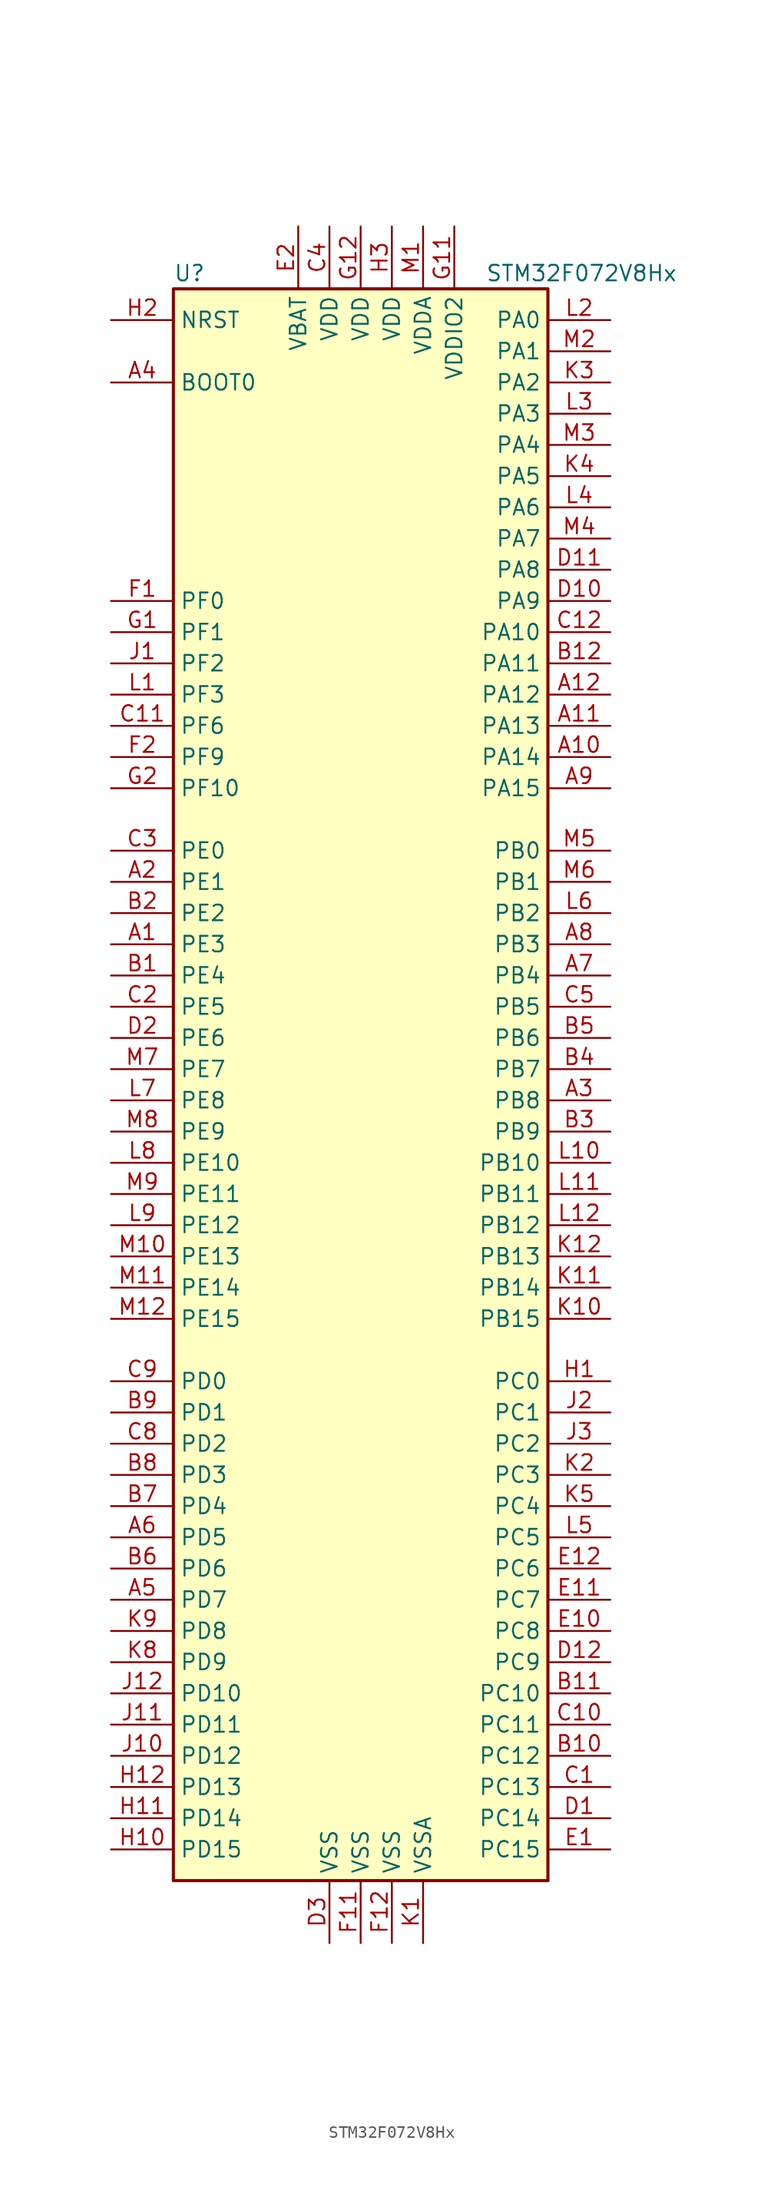
<source format=kicad_sym>
(kicad_symbol_lib
  (version 20201005)
  (generator kicad_symbol_editor)
  (symbol "STM32F072V8Hx"
    (property "Reference" "U"
      (at -15.24 64.77 0)
      (effects (font (size 1.27 1.27)) (justify left)))
    (property "Value" "STM32F072V8Hx"
      (at 10.16 64.77 0)
      (effects (font (size 1.27 1.27)) (justify left)))
    (symbol "STM32F072V8Hx_0_1"
      (rectangle (start -15.24 -66.04) (end 15.24 63.5) (stroke (width 0.254)) (fill (type background))))
    (symbol "STM32F072V8Hx_1_1"
      (pin bidirectional line (at -20.32 10.16 0) (length 5.08) (name "PE3" (effects (font (size 1.27 1.27)))) (number "A1" (effects (font (size 1.27 1.27)))))
      (pin bidirectional line (at 20.32 25.4 180) (length 5.08) (name "PA14" (effects (font (size 1.27 1.27)))) (number "A10" (effects (font (size 1.27 1.27)))))
      (pin bidirectional line (at 20.32 27.94 180) (length 5.08) (name "PA13" (effects (font (size 1.27 1.27)))) (number "A11" (effects (font (size 1.27 1.27)))))
      (pin bidirectional line (at 20.32 30.48 180) (length 5.08) (name "PA12" (effects (font (size 1.27 1.27)))) (number "A12" (effects (font (size 1.27 1.27)))))
      (pin bidirectional line (at -20.32 15.24 0) (length 5.08) (name "PE1" (effects (font (size 1.27 1.27)))) (number "A2" (effects (font (size 1.27 1.27)))))
      (pin bidirectional line (at 20.32 -2.54 180) (length 5.08) (name "PB8" (effects (font (size 1.27 1.27)))) (number "A3" (effects (font (size 1.27 1.27)))))
      (pin input line (at -20.32 55.88 0) (length 5.08) (name "BOOT0" (effects (font (size 1.27 1.27)))) (number "A4" (effects (font (size 1.27 1.27)))))
      (pin bidirectional line (at -20.32 -43.18 0) (length 5.08) (name "PD7" (effects (font (size 1.27 1.27)))) (number "A5" (effects (font (size 1.27 1.27)))))
      (pin bidirectional line (at -20.32 -38.1 0) (length 5.08) (name "PD5" (effects (font (size 1.27 1.27)))) (number "A6" (effects (font (size 1.27 1.27)))))
      (pin bidirectional line (at 20.32 7.62 180) (length 5.08) (name "PB4" (effects (font (size 1.27 1.27)))) (number "A7" (effects (font (size 1.27 1.27)))))
      (pin bidirectional line (at 20.32 10.16 180) (length 5.08) (name "PB3" (effects (font (size 1.27 1.27)))) (number "A8" (effects (font (size 1.27 1.27)))))
      (pin bidirectional line (at 20.32 22.86 180) (length 5.08) (name "PA15" (effects (font (size 1.27 1.27)))) (number "A9" (effects (font (size 1.27 1.27)))))
      (pin bidirectional line (at -20.32 7.62 0) (length 5.08) (name "PE4" (effects (font (size 1.27 1.27)))) (number "B1" (effects (font (size 1.27 1.27)))))
      (pin bidirectional line (at 20.32 -55.88 180) (length 5.08) (name "PC12" (effects (font (size 1.27 1.27)))) (number "B10" (effects (font (size 1.27 1.27)))))
      (pin bidirectional line (at 20.32 -50.8 180) (length 5.08) (name "PC10" (effects (font (size 1.27 1.27)))) (number "B11" (effects (font (size 1.27 1.27)))))
      (pin bidirectional line (at 20.32 33.02 180) (length 5.08) (name "PA11" (effects (font (size 1.27 1.27)))) (number "B12" (effects (font (size 1.27 1.27)))))
      (pin bidirectional line (at -20.32 12.7 0) (length 5.08) (name "PE2" (effects (font (size 1.27 1.27)))) (number "B2" (effects (font (size 1.27 1.27)))))
      (pin bidirectional line (at 20.32 -5.08 180) (length 5.08) (name "PB9" (effects (font (size 1.27 1.27)))) (number "B3" (effects (font (size 1.27 1.27)))))
      (pin bidirectional line (at 20.32 0 180) (length 5.08) (name "PB7" (effects (font (size 1.27 1.27)))) (number "B4" (effects (font (size 1.27 1.27)))))
      (pin bidirectional line (at 20.32 2.54 180) (length 5.08) (name "PB6" (effects (font (size 1.27 1.27)))) (number "B5" (effects (font (size 1.27 1.27)))))
      (pin bidirectional line (at -20.32 -40.64 0) (length 5.08) (name "PD6" (effects (font (size 1.27 1.27)))) (number "B6" (effects (font (size 1.27 1.27)))))
      (pin bidirectional line (at -20.32 -35.56 0) (length 5.08) (name "PD4" (effects (font (size 1.27 1.27)))) (number "B7" (effects (font (size 1.27 1.27)))))
      (pin bidirectional line (at -20.32 -33.02 0) (length 5.08) (name "PD3" (effects (font (size 1.27 1.27)))) (number "B8" (effects (font (size 1.27 1.27)))))
      (pin bidirectional line (at -20.32 -27.94 0) (length 5.08) (name "PD1" (effects (font (size 1.27 1.27)))) (number "B9" (effects (font (size 1.27 1.27)))))
      (pin bidirectional line (at 20.32 -58.42 180) (length 5.08) (name "PC13" (effects (font (size 1.27 1.27)))) (number "C1" (effects (font (size 1.27 1.27)))))
      (pin bidirectional line (at 20.32 -53.34 180) (length 5.08) (name "PC11" (effects (font (size 1.27 1.27)))) (number "C10" (effects (font (size 1.27 1.27)))))
      (pin bidirectional line (at -20.32 27.94 0) (length 5.08) (name "PF6" (effects (font (size 1.27 1.27)))) (number "C11" (effects (font (size 1.27 1.27)))))
      (pin bidirectional line (at 20.32 35.56 180) (length 5.08) (name "PA10" (effects (font (size 1.27 1.27)))) (number "C12" (effects (font (size 1.27 1.27)))))
      (pin bidirectional line (at -20.32 5.08 0) (length 5.08) (name "PE5" (effects (font (size 1.27 1.27)))) (number "C2" (effects (font (size 1.27 1.27)))))
      (pin bidirectional line (at -20.32 17.78 0) (length 5.08) (name "PE0" (effects (font (size 1.27 1.27)))) (number "C3" (effects (font (size 1.27 1.27)))))
      (pin power_in line (at -2.54 68.58 270) (length 5.08) (name "VDD" (effects (font (size 1.27 1.27)))) (number "C4" (effects (font (size 1.27 1.27)))))
      (pin bidirectional line (at 20.32 5.08 180) (length 5.08) (name "PB5" (effects (font (size 1.27 1.27)))) (number "C5" (effects (font (size 1.27 1.27)))))
      (pin bidirectional line (at -20.32 -30.48 0) (length 5.08) (name "PD2" (effects (font (size 1.27 1.27)))) (number "C8" (effects (font (size 1.27 1.27)))))
      (pin bidirectional line (at -20.32 -25.4 0) (length 5.08) (name "PD0" (effects (font (size 1.27 1.27)))) (number "C9" (effects (font (size 1.27 1.27)))))
      (pin bidirectional line (at 20.32 -60.96 180) (length 5.08) (name "PC14" (effects (font (size 1.27 1.27)))) (number "D1" (effects (font (size 1.27 1.27)))))
      (pin bidirectional line (at 20.32 38.1 180) (length 5.08) (name "PA9" (effects (font (size 1.27 1.27)))) (number "D10" (effects (font (size 1.27 1.27)))))
      (pin bidirectional line (at 20.32 40.64 180) (length 5.08) (name "PA8" (effects (font (size 1.27 1.27)))) (number "D11" (effects (font (size 1.27 1.27)))))
      (pin bidirectional line (at 20.32 -48.26 180) (length 5.08) (name "PC9" (effects (font (size 1.27 1.27)))) (number "D12" (effects (font (size 1.27 1.27)))))
      (pin bidirectional line (at -20.32 2.54 0) (length 5.08) (name "PE6" (effects (font (size 1.27 1.27)))) (number "D2" (effects (font (size 1.27 1.27)))))
      (pin power_in line (at -2.54 -71.12 90) (length 5.08) (name "VSS" (effects (font (size 1.27 1.27)))) (number "D3" (effects (font (size 1.27 1.27)))))
      (pin bidirectional line (at 20.32 -63.5 180) (length 5.08) (name "PC15" (effects (font (size 1.27 1.27)))) (number "E1" (effects (font (size 1.27 1.27)))))
      (pin bidirectional line (at 20.32 -45.72 180) (length 5.08) (name "PC8" (effects (font (size 1.27 1.27)))) (number "E10" (effects (font (size 1.27 1.27)))))
      (pin bidirectional line (at 20.32 -43.18 180) (length 5.08) (name "PC7" (effects (font (size 1.27 1.27)))) (number "E11" (effects (font (size 1.27 1.27)))))
      (pin bidirectional line (at 20.32 -40.64 180) (length 5.08) (name "PC6" (effects (font (size 1.27 1.27)))) (number "E12" (effects (font (size 1.27 1.27)))))
      (pin power_in line (at -5.08 68.58 270) (length 5.08) (name "VBAT" (effects (font (size 1.27 1.27)))) (number "E2" (effects (font (size 1.27 1.27)))))
      (pin no_connect line (at -15.24 -63.5 0) (length 5.08) hide (name "NC" (effects (font (size 1.27 1.27)))) (number "E3" (effects (font (size 1.27 1.27)))))
      (pin input line (at -20.32 38.1 0) (length 5.08) (name "PF0" (effects (font (size 1.27 1.27)))) (number "F1" (effects (font (size 1.27 1.27)))))
      (pin power_in line (at 0 -71.12 90) (length 5.08) (name "VSS" (effects (font (size 1.27 1.27)))) (number "F11" (effects (font (size 1.27 1.27)))))
      (pin power_in line (at 2.54 -71.12 90) (length 5.08) (name "VSS" (effects (font (size 1.27 1.27)))) (number "F12" (effects (font (size 1.27 1.27)))))
      (pin bidirectional line (at -20.32 25.4 0) (length 5.08) (name "PF9" (effects (font (size 1.27 1.27)))) (number "F2" (effects (font (size 1.27 1.27)))))
      (pin input line (at -20.32 35.56 0) (length 5.08) (name "PF1" (effects (font (size 1.27 1.27)))) (number "G1" (effects (font (size 1.27 1.27)))))
      (pin power_in line (at 7.62 68.58 270) (length 5.08) (name "VDDIO2" (effects (font (size 1.27 1.27)))) (number "G11" (effects (font (size 1.27 1.27)))))
      (pin power_in line (at 0 68.58 270) (length 5.08) (name "VDD" (effects (font (size 1.27 1.27)))) (number "G12" (effects (font (size 1.27 1.27)))))
      (pin bidirectional line (at -20.32 22.86 0) (length 5.08) (name "PF10" (effects (font (size 1.27 1.27)))) (number "G2" (effects (font (size 1.27 1.27)))))
      (pin bidirectional line (at 20.32 -25.4 180) (length 5.08) (name "PC0" (effects (font (size 1.27 1.27)))) (number "H1" (effects (font (size 1.27 1.27)))))
      (pin bidirectional line (at -20.32 -63.5 0) (length 5.08) (name "PD15" (effects (font (size 1.27 1.27)))) (number "H10" (effects (font (size 1.27 1.27)))))
      (pin bidirectional line (at -20.32 -60.96 0) (length 5.08) (name "PD14" (effects (font (size 1.27 1.27)))) (number "H11" (effects (font (size 1.27 1.27)))))
      (pin bidirectional line (at -20.32 -58.42 0) (length 5.08) (name "PD13" (effects (font (size 1.27 1.27)))) (number "H12" (effects (font (size 1.27 1.27)))))
      (pin input line (at -20.32 60.96 0) (length 5.08) (name "NRST" (effects (font (size 1.27 1.27)))) (number "H2" (effects (font (size 1.27 1.27)))))
      (pin power_in line (at 2.54 68.58 270) (length 5.08) (name "VDD" (effects (font (size 1.27 1.27)))) (number "H3" (effects (font (size 1.27 1.27)))))
      (pin bidirectional line (at -20.32 33.02 0) (length 5.08) (name "PF2" (effects (font (size 1.27 1.27)))) (number "J1" (effects (font (size 1.27 1.27)))))
      (pin bidirectional line (at -20.32 -55.88 0) (length 5.08) (name "PD12" (effects (font (size 1.27 1.27)))) (number "J10" (effects (font (size 1.27 1.27)))))
      (pin bidirectional line (at -20.32 -53.34 0) (length 5.08) (name "PD11" (effects (font (size 1.27 1.27)))) (number "J11" (effects (font (size 1.27 1.27)))))
      (pin bidirectional line (at -20.32 -50.8 0) (length 5.08) (name "PD10" (effects (font (size 1.27 1.27)))) (number "J12" (effects (font (size 1.27 1.27)))))
      (pin bidirectional line (at 20.32 -27.94 180) (length 5.08) (name "PC1" (effects (font (size 1.27 1.27)))) (number "J2" (effects (font (size 1.27 1.27)))))
      (pin bidirectional line (at 20.32 -30.48 180) (length 5.08) (name "PC2" (effects (font (size 1.27 1.27)))) (number "J3" (effects (font (size 1.27 1.27)))))
      (pin power_in line (at 5.08 -71.12 90) (length 5.08) (name "VSSA" (effects (font (size 1.27 1.27)))) (number "K1" (effects (font (size 1.27 1.27)))))
      (pin bidirectional line (at 20.32 -20.32 180) (length 5.08) (name "PB15" (effects (font (size 1.27 1.27)))) (number "K10" (effects (font (size 1.27 1.27)))))
      (pin bidirectional line (at 20.32 -17.78 180) (length 5.08) (name "PB14" (effects (font (size 1.27 1.27)))) (number "K11" (effects (font (size 1.27 1.27)))))
      (pin bidirectional line (at 20.32 -15.24 180) (length 5.08) (name "PB13" (effects (font (size 1.27 1.27)))) (number "K12" (effects (font (size 1.27 1.27)))))
      (pin bidirectional line (at 20.32 -33.02 180) (length 5.08) (name "PC3" (effects (font (size 1.27 1.27)))) (number "K2" (effects (font (size 1.27 1.27)))))
      (pin bidirectional line (at 20.32 55.88 180) (length 5.08) (name "PA2" (effects (font (size 1.27 1.27)))) (number "K3" (effects (font (size 1.27 1.27)))))
      (pin bidirectional line (at 20.32 48.26 180) (length 5.08) (name "PA5" (effects (font (size 1.27 1.27)))) (number "K4" (effects (font (size 1.27 1.27)))))
      (pin bidirectional line (at 20.32 -35.56 180) (length 5.08) (name "PC4" (effects (font (size 1.27 1.27)))) (number "K5" (effects (font (size 1.27 1.27)))))
      (pin bidirectional line (at -20.32 -48.26 0) (length 5.08) (name "PD9" (effects (font (size 1.27 1.27)))) (number "K8" (effects (font (size 1.27 1.27)))))
      (pin bidirectional line (at -20.32 -45.72 0) (length 5.08) (name "PD8" (effects (font (size 1.27 1.27)))) (number "K9" (effects (font (size 1.27 1.27)))))
      (pin bidirectional line (at -20.32 30.48 0) (length 5.08) (name "PF3" (effects (font (size 1.27 1.27)))) (number "L1" (effects (font (size 1.27 1.27)))))
      (pin bidirectional line (at 20.32 -7.62 180) (length 5.08) (name "PB10" (effects (font (size 1.27 1.27)))) (number "L10" (effects (font (size 1.27 1.27)))))
      (pin bidirectional line (at 20.32 -10.16 180) (length 5.08) (name "PB11" (effects (font (size 1.27 1.27)))) (number "L11" (effects (font (size 1.27 1.27)))))
      (pin bidirectional line (at 20.32 -12.7 180) (length 5.08) (name "PB12" (effects (font (size 1.27 1.27)))) (number "L12" (effects (font (size 1.27 1.27)))))
      (pin bidirectional line (at 20.32 60.96 180) (length 5.08) (name "PA0" (effects (font (size 1.27 1.27)))) (number "L2" (effects (font (size 1.27 1.27)))))
      (pin bidirectional line (at 20.32 53.34 180) (length 5.08) (name "PA3" (effects (font (size 1.27 1.27)))) (number "L3" (effects (font (size 1.27 1.27)))))
      (pin bidirectional line (at 20.32 45.72 180) (length 5.08) (name "PA6" (effects (font (size 1.27 1.27)))) (number "L4" (effects (font (size 1.27 1.27)))))
      (pin bidirectional line (at 20.32 -38.1 180) (length 5.08) (name "PC5" (effects (font (size 1.27 1.27)))) (number "L5" (effects (font (size 1.27 1.27)))))
      (pin bidirectional line (at 20.32 12.7 180) (length 5.08) (name "PB2" (effects (font (size 1.27 1.27)))) (number "L6" (effects (font (size 1.27 1.27)))))
      (pin bidirectional line (at -20.32 -2.54 0) (length 5.08) (name "PE8" (effects (font (size 1.27 1.27)))) (number "L7" (effects (font (size 1.27 1.27)))))
      (pin bidirectional line (at -20.32 -7.62 0) (length 5.08) (name "PE10" (effects (font (size 1.27 1.27)))) (number "L8" (effects (font (size 1.27 1.27)))))
      (pin bidirectional line (at -20.32 -12.7 0) (length 5.08) (name "PE12" (effects (font (size 1.27 1.27)))) (number "L9" (effects (font (size 1.27 1.27)))))
      (pin power_in line (at 5.08 68.58 270) (length 5.08) (name "VDDA" (effects (font (size 1.27 1.27)))) (number "M1" (effects (font (size 1.27 1.27)))))
      (pin bidirectional line (at -20.32 -15.24 0) (length 5.08) (name "PE13" (effects (font (size 1.27 1.27)))) (number "M10" (effects (font (size 1.27 1.27)))))
      (pin bidirectional line (at -20.32 -17.78 0) (length 5.08) (name "PE14" (effects (font (size 1.27 1.27)))) (number "M11" (effects (font (size 1.27 1.27)))))
      (pin bidirectional line (at -20.32 -20.32 0) (length 5.08) (name "PE15" (effects (font (size 1.27 1.27)))) (number "M12" (effects (font (size 1.27 1.27)))))
      (pin bidirectional line (at 20.32 58.42 180) (length 5.08) (name "PA1" (effects (font (size 1.27 1.27)))) (number "M2" (effects (font (size 1.27 1.27)))))
      (pin bidirectional line (at 20.32 50.8 180) (length 5.08) (name "PA4" (effects (font (size 1.27 1.27)))) (number "M3" (effects (font (size 1.27 1.27)))))
      (pin bidirectional line (at 20.32 43.18 180) (length 5.08) (name "PA7" (effects (font (size 1.27 1.27)))) (number "M4" (effects (font (size 1.27 1.27)))))
      (pin bidirectional line (at 20.32 17.78 180) (length 5.08) (name "PB0" (effects (font (size 1.27 1.27)))) (number "M5" (effects (font (size 1.27 1.27)))))
      (pin bidirectional line (at 20.32 15.24 180) (length 5.08) (name "PB1" (effects (font (size 1.27 1.27)))) (number "M6" (effects (font (size 1.27 1.27)))))
      (pin bidirectional line (at -20.32 0 0) (length 5.08) (name "PE7" (effects (font (size 1.27 1.27)))) (number "M7" (effects (font (size 1.27 1.27)))))
      (pin bidirectional line (at -20.32 -5.08 0) (length 5.08) (name "PE9" (effects (font (size 1.27 1.27)))) (number "M8" (effects (font (size 1.27 1.27)))))
      (pin bidirectional line (at -20.32 -10.16 0) (length 5.08) (name "PE11" (effects (font (size 1.27 1.27)))) (number "M9" (effects (font (size 1.27 1.27))))))))
</source>
